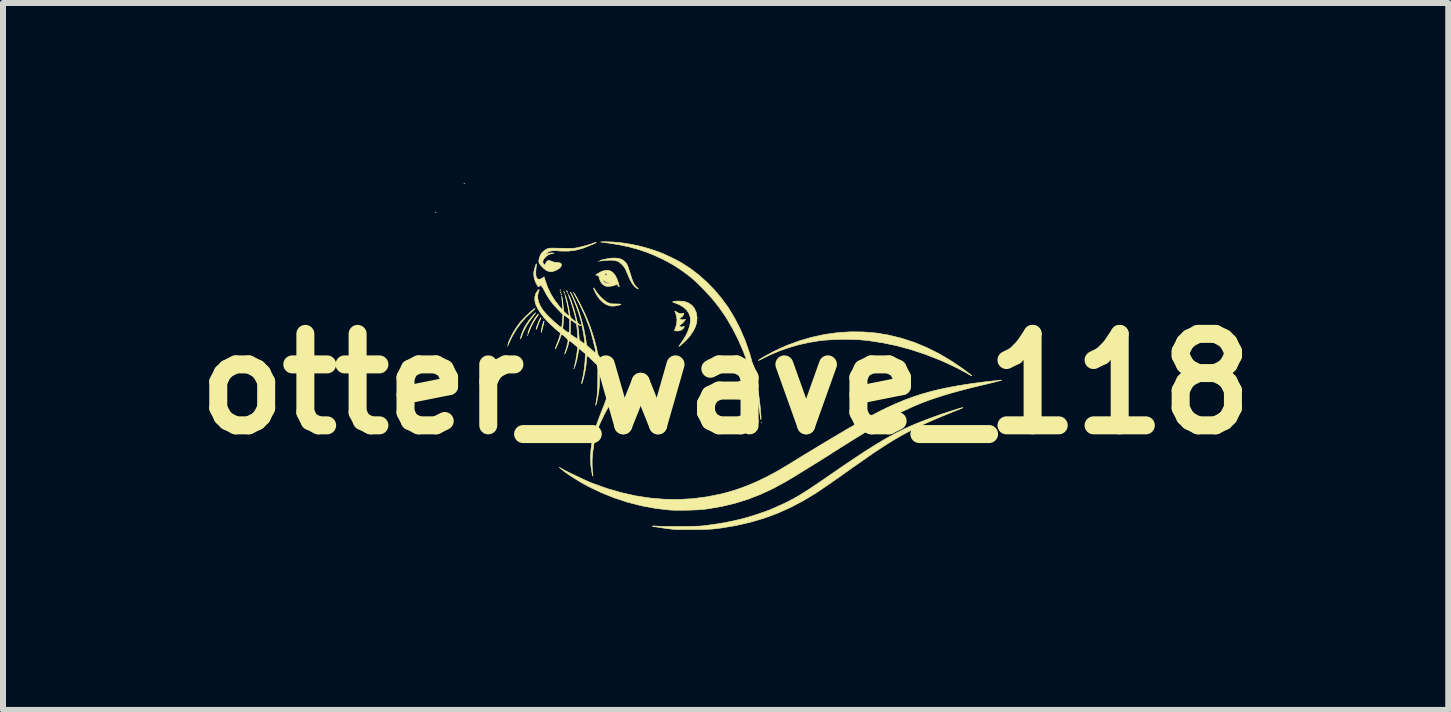
<source format=kicad_pcb>
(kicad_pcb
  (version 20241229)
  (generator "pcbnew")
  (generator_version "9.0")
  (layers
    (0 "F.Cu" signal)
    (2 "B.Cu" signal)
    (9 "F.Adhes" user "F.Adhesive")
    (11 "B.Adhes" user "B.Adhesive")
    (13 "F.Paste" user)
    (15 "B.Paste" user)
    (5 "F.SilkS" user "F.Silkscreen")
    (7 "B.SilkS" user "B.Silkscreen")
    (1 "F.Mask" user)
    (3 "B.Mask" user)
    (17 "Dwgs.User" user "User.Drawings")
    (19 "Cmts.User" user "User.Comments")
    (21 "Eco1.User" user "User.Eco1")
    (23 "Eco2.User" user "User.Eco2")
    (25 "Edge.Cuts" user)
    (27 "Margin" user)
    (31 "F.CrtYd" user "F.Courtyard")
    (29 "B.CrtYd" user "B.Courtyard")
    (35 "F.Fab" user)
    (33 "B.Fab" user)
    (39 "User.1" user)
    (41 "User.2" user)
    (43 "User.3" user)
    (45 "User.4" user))
  (footprint "otter_wave_118"
    (layer "F.Cu")
    (at 9.042 3.349)
    (property "Reference" "otter_wave_118" (at 0 0 0) (layer "F.SilkS") (effects (font (size 1.524 1.524) (thickness 0.3))))
    (attr through_hole)
    (fp_poly (pts (xy -4.826 -2.857) (xy -4.83 -2.853) (xy -4.834 -2.857) (xy -4.83 -2.862) (xy -4.826 -2.857)) (stroke (width 0.01) (type solid)) (fill yes) (layer "F.SilkS"))
    (fp_poly (pts (xy -4.352 -3.34) (xy -4.356 -3.336) (xy -4.36 -3.34) (xy -4.356 -3.344) (xy -4.352 -3.34)) (stroke (width 0.01) (type solid)) (fill yes) (layer "F.SilkS"))
    (fp_poly (pts (xy -2.692 -1.545) (xy -2.697 -1.541) (xy -2.701 -1.545) (xy -2.697 -1.549) (xy -2.692 -1.545)) (stroke (width 0.01) (type solid)) (fill yes) (layer "F.SilkS"))
    (fp_poly (pts (xy -2.625 -1.511) (xy -2.629 -1.507) (xy -2.633 -1.511) (xy -2.629 -1.516) (xy -2.625 -1.511)) (stroke (width 0.01) (type solid)) (fill yes) (layer "F.SilkS"))
    (fp_poly (pts (xy -2.532 -1.528) (xy -2.536 -1.524) (xy -2.54 -1.528) (xy -2.536 -1.532) (xy -2.532 -1.528)) (stroke (width 0.01) (type solid)) (fill yes) (layer "F.SilkS"))
    (fp_poly (pts (xy -2.523 -0.258) (xy -2.527 -0.254) (xy -2.532 -0.258) (xy -2.527 -0.262) (xy -2.523 -0.258)) (stroke (width 0.01) (type solid)) (fill yes) (layer "F.SilkS"))
    (fp_poly (pts (xy -2.108 -2.045) (xy -2.112 -2.04) (xy -2.117 -2.045) (xy -2.112 -2.049) (xy -2.108 -2.045)) (stroke (width 0.01) (type solid)) (fill yes) (layer "F.SilkS"))
    (fp_poly (pts (xy 0.601 0.639) (xy 0.597 0.643) (xy 0.593 0.639) (xy 0.597 0.635) (xy 0.601 0.639)) (stroke (width 0.01) (type solid)) (fill yes) (layer "F.SilkS"))
    (fp_poly (pts (xy -3.296 -0.818) (xy -3.295 -0.808) (xy -3.296 -0.807) (xy -3.301 -0.808) (xy -3.302 -0.813) (xy -3.299 -0.82) (xy -3.296 -0.818)) (stroke (width 0.01) (type solid)) (fill yes) (layer "F.SilkS"))
    (fp_poly (pts (xy -2.754 -1.572) (xy -2.753 -1.562) (xy -2.754 -1.561) (xy -2.76 -1.562) (xy -2.76 -1.566) (xy -2.757 -1.573) (xy -2.754 -1.572)) (stroke (width 0.01) (type solid)) (fill yes) (layer "F.SilkS"))
    (fp_poly (pts (xy -2.746 -1.534) (xy -2.745 -1.521) (xy -2.747 -1.518) (xy -2.75 -1.52) (xy -2.751 -1.529) (xy -2.749 -1.538) (xy -2.746 -1.534)) (stroke (width 0.01) (type solid)) (fill yes) (layer "F.SilkS"))
    (fp_poly (pts (xy -2.737 -1.5) (xy -2.736 -1.487) (xy -2.738 -1.484) (xy -2.742 -1.486) (xy -2.743 -1.495) (xy -2.74 -1.504) (xy -2.737 -1.5)) (stroke (width 0.01) (type solid)) (fill yes) (layer "F.SilkS"))
    (fp_poly (pts (xy -2.687 -1.53) (xy -2.686 -1.52) (xy -2.687 -1.518) (xy -2.692 -1.52) (xy -2.692 -1.524) (xy -2.689 -1.531) (xy -2.687 -1.53)) (stroke (width 0.01) (type solid)) (fill yes) (layer "F.SilkS"))
    (fp_poly (pts (xy -2.678 -1.504) (xy -2.677 -1.494) (xy -2.678 -1.493) (xy -2.683 -1.494) (xy -2.684 -1.499) (xy -2.681 -1.506) (xy -2.678 -1.504)) (stroke (width 0.01) (type solid)) (fill yes) (layer "F.SilkS"))
    (fp_poly (pts (xy -2.641 -1.547) (xy -2.635 -1.533) (xy -2.636 -1.527) (xy -2.641 -1.53) (xy -2.645 -1.537) (xy -2.65 -1.553) (xy -2.648 -1.556) (xy -2.641 -1.547)) (stroke (width 0.01) (type solid)) (fill yes) (layer "F.SilkS"))
    (fp_poly (pts (xy -3.026 -1.037) (xy -3.032 -1.01) (xy -3.042 -0.969) (xy -3.051 -0.935) (xy -3.059 -0.902) (xy -3.063 -0.885) (xy -3.069 -0.866) (xy -3.072 -0.859) (xy -3.073 -0.861) (xy -3.071 -0.878) (xy -3.067 -0.906) (xy -3.06 -0.941) (xy -3.052 -0.977) (xy -3.043 -1.008) (xy -3.036 -1.031) (xy -3.035 -1.035) (xy -3.028 -1.048) (xy -3.025 -1.049) (xy -3.026 -1.037)) (stroke (width 0.01) (type solid)) (fill yes) (layer "F.SilkS"))
    (fp_poly (pts (xy -3.123 -1.152) (xy -3.138 -1.127) (xy -3.152 -1.108) (xy -3.202 -1.03) (xy -3.241 -0.956) (xy -3.268 -0.891) (xy -3.279 -0.863) (xy -3.288 -0.842) (xy -3.293 -0.834) (xy -3.293 -0.835) (xy -3.29 -0.861) (xy -3.278 -0.897) (xy -3.26 -0.941) (xy -3.238 -0.989) (xy -3.212 -1.038) (xy -3.185 -1.084) (xy -3.162 -1.116) (xy -3.139 -1.146) (xy -3.124 -1.162) (xy -3.119 -1.163) (xy -3.123 -1.152)) (stroke (width 0.01) (type solid)) (fill yes) (layer "F.SilkS"))
    (fp_poly (pts (xy -3.077 -1.107) (xy -3.078 -1.098) (xy -3.086 -1.079) (xy -3.094 -1.062) (xy -3.107 -1.032) (xy -3.122 -0.995) (xy -3.136 -0.957) (xy -3.136 -0.957) (xy -3.146 -0.929) (xy -3.153 -0.912) (xy -3.158 -0.907) (xy -3.158 -0.908) (xy -3.155 -0.926) (xy -3.148 -0.953) (xy -3.137 -0.985) (xy -3.123 -1.019) (xy -3.11 -1.052) (xy -3.097 -1.08) (xy -3.086 -1.099) (xy -3.078 -1.107) (xy -3.077 -1.107)) (stroke (width 0.01) (type solid)) (fill yes) (layer "F.SilkS"))
    (fp_poly (pts (xy -3.169 -1.179) (xy -3.181 -1.163) (xy -3.202 -1.135) (xy -3.232 -1.094) (xy -3.245 -1.078) (xy -3.312 -0.979) (xy -3.368 -0.873) (xy -3.395 -0.806) (xy -3.406 -0.778) (xy -3.415 -0.76) (xy -3.42 -0.754) (xy -3.42 -0.755) (xy -3.417 -0.772) (xy -3.409 -0.8) (xy -3.397 -0.835) (xy -3.383 -0.872) (xy -3.368 -0.908) (xy -3.355 -0.936) (xy -3.32 -0.996) (xy -3.277 -1.06) (xy -3.23 -1.119) (xy -3.199 -1.154) (xy -3.181 -1.172) (xy -3.169 -1.183) (xy -3.165 -1.186) (xy -3.169 -1.179)) (stroke (width 0.01) (type solid)) (fill yes) (layer "F.SilkS"))
    (fp_poly (pts (xy -3.176 -1.255) (xy -3.185 -1.244) (xy -3.203 -1.227) (xy -3.229 -1.203) (xy -3.238 -1.195) (xy -3.327 -1.111) (xy -3.411 -1.015) (xy -3.487 -0.911) (xy -3.551 -0.803) (xy -3.563 -0.78) (xy -3.582 -0.741) (xy -3.599 -0.704) (xy -3.613 -0.675) (xy -3.621 -0.657) (xy -3.621 -0.656) (xy -3.631 -0.631) (xy -3.626 -0.656) (xy -3.615 -0.698) (xy -3.594 -0.749) (xy -3.566 -0.806) (xy -3.534 -0.866) (xy -3.497 -0.926) (xy -3.46 -0.981) (xy -3.435 -1.014) (xy -3.403 -1.051) (xy -3.362 -1.094) (xy -3.318 -1.139) (xy -3.273 -1.181) (xy -3.232 -1.218) (xy -3.211 -1.235) (xy -3.188 -1.252) (xy -3.177 -1.258) (xy -3.176 -1.255)) (stroke (width 0.01) (type solid)) (fill yes) (layer "F.SilkS"))
    (fp_poly (pts (xy -2.196 -1.598) (xy -2.185 -1.584) (xy -2.166 -1.555) (xy -2.165 -1.554) (xy -2.128 -1.501) (xy -2.084 -1.45) (xy -2.037 -1.406) (xy -1.99 -1.371) (xy -1.968 -1.359) (xy -1.945 -1.348) (xy -1.924 -1.34) (xy -1.902 -1.336) (xy -1.874 -1.334) (xy -1.835 -1.334) (xy -1.823 -1.333) (xy -1.78 -1.333) (xy -1.754 -1.331) (xy -1.744 -1.328) (xy -1.749 -1.323) (xy -1.771 -1.316) (xy -1.8 -1.308) (xy -1.859 -1.298) (xy -1.912 -1.299) (xy -1.935 -1.303) (xy -1.993 -1.326) (xy -2.048 -1.363) (xy -2.099 -1.414) (xy -2.145 -1.478) (xy -2.167 -1.52) (xy -2.186 -1.559) (xy -2.197 -1.585) (xy -2.2 -1.599) (xy -2.196 -1.598)) (stroke (width 0.01) (type solid)) (fill yes) (layer "F.SilkS"))
    (fp_poly (pts (xy -0.733 -1.379) (xy -0.697 -1.376) (xy -0.677 -1.372) (xy -0.613 -1.347) (xy -0.561 -1.311) (xy -0.522 -1.263) (xy -0.494 -1.203) (xy -0.487 -1.18) (xy -0.476 -1.107) (xy -0.48 -1.035) (xy -0.5 -0.961) (xy -0.536 -0.887) (xy -0.588 -0.809) (xy -0.601 -0.793) (xy -0.623 -0.768) (xy -0.648 -0.741) (xy -0.674 -0.714) (xy -0.701 -0.688) (xy -0.726 -0.665) (xy -0.748 -0.646) (xy -0.765 -0.633) (xy -0.775 -0.627) (xy -0.777 -0.63) (xy -0.769 -0.643) (xy -0.765 -0.648) (xy -0.706 -0.733) (xy -0.657 -0.816) (xy -0.621 -0.897) (xy -0.597 -0.973) (xy -0.586 -1.043) (xy -0.589 -1.106) (xy -0.592 -1.123) (xy -0.615 -1.183) (xy -0.653 -1.237) (xy -0.707 -1.284) (xy -0.774 -1.323) (xy -0.854 -1.355) (xy -0.875 -1.362) (xy -0.883 -1.367) (xy -0.877 -1.371) (xy -0.871 -1.374) (xy -0.848 -1.378) (xy -0.814 -1.381) (xy -0.774 -1.381) (xy -0.733 -1.379)) (stroke (width 0.01) (type solid)) (fill yes) (layer "F.SilkS"))
    (fp_poly (pts (xy -0.836 -1.212) (xy -0.816 -1.199) (xy -0.815 -1.198) (xy -0.777 -1.178) (xy -0.742 -1.171) (xy -0.714 -1.176) (xy -0.712 -1.176) (xy -0.698 -1.181) (xy -0.695 -1.174) (xy -0.702 -1.154) (xy -0.708 -1.142) (xy -0.725 -1.12) (xy -0.747 -1.105) (xy -0.773 -1.094) (xy -0.751 -1.08) (xy -0.725 -1.069) (xy -0.698 -1.071) (xy -0.667 -1.076) (xy -0.685 -1.051) (xy -0.704 -1.028) (xy -0.728 -1.005) (xy -0.75 -0.987) (xy -0.764 -0.98) (xy -0.77 -0.975) (xy -0.764 -0.963) (xy -0.763 -0.962) (xy -0.743 -0.95) (xy -0.716 -0.951) (xy -0.702 -0.957) (xy -0.689 -0.961) (xy -0.687 -0.954) (xy -0.697 -0.937) (xy -0.704 -0.927) (xy -0.737 -0.899) (xy -0.778 -0.884) (xy -0.827 -0.885) (xy -0.836 -0.886) (xy -0.854 -0.89) (xy -0.838 -0.927) (xy -0.816 -0.999) (xy -0.81 -1.071) (xy -0.82 -1.141) (xy -0.833 -1.179) (xy -0.843 -1.203) (xy -0.845 -1.214) (xy -0.836 -1.212)) (stroke (width 0.01) (type solid)) (fill yes) (layer "F.SilkS"))
    (fp_poly (pts (xy -1.814 -2.097) (xy -1.761 -2.087) (xy -1.717 -2.068) (xy -1.679 -2.038) (xy -1.67 -2.028) (xy -1.658 -2.015) (xy -1.649 -2.002) (xy -1.641 -1.989) (xy -1.633 -1.971) (xy -1.624 -1.947) (xy -1.613 -1.914) (xy -1.599 -1.87) (xy -1.582 -1.816) (xy -1.562 -1.755) (xy -1.544 -1.707) (xy -1.526 -1.67) (xy -1.507 -1.641) (xy -1.485 -1.617) (xy -1.477 -1.61) (xy -1.459 -1.592) (xy -1.455 -1.584) (xy -1.463 -1.587) (xy -1.485 -1.599) (xy -1.486 -1.6) (xy -1.522 -1.63) (xy -1.556 -1.674) (xy -1.59 -1.733) (xy -1.623 -1.808) (xy -1.634 -1.834) (xy -1.649 -1.87) (xy -1.665 -1.905) (xy -1.679 -1.932) (xy -1.68 -1.934) (xy -1.705 -1.969) (xy -1.738 -2.003) (xy -1.774 -2.031) (xy -1.799 -2.045) (xy -1.84 -2.057) (xy -1.893 -2.063) (xy -1.954 -2.063) (xy -2.014 -2.058) (xy -2.048 -2.054) (xy -2.076 -2.051) (xy -2.093 -2.051) (xy -2.096 -2.051) (xy -2.093 -2.056) (xy -2.075 -2.063) (xy -2.048 -2.071) (xy -2.013 -2.078) (xy -1.975 -2.086) (xy -1.936 -2.092) (xy -1.9 -2.096) (xy -1.88 -2.098) (xy -1.814 -2.097)) (stroke (width 0.01) (type solid)) (fill yes) (layer "F.SilkS"))
    (fp_poly (pts (xy 2.292 -0.867) (xy 2.504 -0.85) (xy 2.712 -0.816) (xy 2.724 -0.813) (xy 2.939 -0.76) (xy 3.152 -0.69) (xy 3.36 -0.603) (xy 3.565 -0.5) (xy 3.767 -0.38) (xy 3.966 -0.244) (xy 3.979 -0.234) (xy 4.03 -0.196) (xy 4.068 -0.167) (xy 4.092 -0.148) (xy 4.102 -0.138) (xy 4.099 -0.137) (xy 4.082 -0.145) (xy 4.052 -0.161) (xy 4.022 -0.179) (xy 3.976 -0.205) (xy 3.919 -0.235) (xy 3.853 -0.269) (xy 3.781 -0.304) (xy 3.708 -0.338) (xy 3.636 -0.371) (xy 3.57 -0.4) (xy 3.569 -0.4) (xy 3.332 -0.493) (xy 3.091 -0.573) (xy 2.85 -0.638) (xy 2.609 -0.688) (xy 2.371 -0.724) (xy 2.234 -0.737) (xy 2.167 -0.741) (xy 2.089 -0.743) (xy 2.003 -0.744) (xy 1.914 -0.743) (xy 1.824 -0.74) (xy 1.738 -0.736) (xy 1.66 -0.731) (xy 1.592 -0.725) (xy 1.558 -0.72) (xy 1.38 -0.69) (xy 1.214 -0.653) (xy 1.058 -0.608) (xy 0.907 -0.555) (xy 0.757 -0.492) (xy 0.665 -0.448) (xy 0.625 -0.428) (xy 0.59 -0.411) (xy 0.564 -0.399) (xy 0.548 -0.393) (xy 0.545 -0.392) (xy 0.55 -0.397) (xy 0.568 -0.409) (xy 0.596 -0.427) (xy 0.631 -0.447) (xy 0.672 -0.471) (xy 0.715 -0.495) (xy 0.759 -0.518) (xy 0.8 -0.54) (xy 0.82 -0.55) (xy 1.021 -0.642) (xy 1.228 -0.718) (xy 1.438 -0.779) (xy 1.65 -0.825) (xy 1.864 -0.855) (xy 2.079 -0.869) (xy 2.292 -0.867)) (stroke (width 0.01) (type solid)) (fill yes) (layer "F.SilkS"))
    (fp_poly (pts (xy -1.92 -1.884) (xy -1.878 -1.856) (xy -1.841 -1.812) (xy -1.81 -1.752) (xy -1.787 -1.684) (xy -1.779 -1.654) (xy -1.774 -1.631) (xy -1.773 -1.62) (xy -1.773 -1.619) (xy -1.779 -1.623) (xy -1.791 -1.637) (xy -1.793 -1.64) (xy -1.81 -1.663) (xy -1.843 -1.648) (xy -1.87 -1.638) (xy -1.905 -1.631) (xy -1.935 -1.628) (xy -1.968 -1.627) (xy -1.99 -1.629) (xy -2.008 -1.635) (xy -2.029 -1.647) (xy -2.059 -1.671) (xy -2.08 -1.7) (xy -2.096 -1.738) (xy -2.096 -1.739) (xy -2.048 -1.739) (xy -2.046 -1.731) (xy -2.035 -1.714) (xy -2.024 -1.703) (xy -2.008 -1.687) (xy -1.991 -1.679) (xy -1.968 -1.677) (xy -1.955 -1.677) (xy -1.909 -1.678) (xy -1.951 -1.685) (xy -1.99 -1.698) (xy -2.02 -1.72) (xy -2.039 -1.735) (xy -2.048 -1.739) (xy -2.096 -1.739) (xy -2.102 -1.761) (xy -2.057 -1.761) (xy -2.054 -1.754) (xy -2.052 -1.755) (xy -2.051 -1.765) (xy -2.052 -1.767) (xy -2.057 -1.766) (xy -2.057 -1.761) (xy -2.102 -1.761) (xy -2.103 -1.762) (xy -2.111 -1.789) (xy -2.119 -1.803) (xy -2.131 -1.81) (xy -2.139 -1.812) (xy -2.163 -1.816) (xy -2.15 -1.826) (xy -2.013 -1.826) (xy -2.011 -1.821) (xy -1.999 -1.814) (xy -1.983 -1.817) (xy -1.975 -1.827) (xy -1.978 -1.838) (xy -1.99 -1.844) (xy -2.004 -1.842) (xy -2.008 -1.839) (xy -2.013 -1.826) (xy -2.15 -1.826) (xy -2.138 -1.834) (xy -2.076 -1.871) (xy -2.019 -1.891) (xy -1.967 -1.896) (xy -1.92 -1.884)) (stroke (width 0.01) (type solid)) (fill yes) (layer "F.SilkS"))
    (fp_poly (pts (xy -1.866 -2.365) (xy -1.724 -2.351) (xy -1.577 -2.328) (xy -1.427 -2.296) (xy -1.28 -2.256) (xy -1.139 -2.209) (xy -1.058 -2.178) (xy -1.014 -2.159) (xy -0.961 -2.134) (xy -0.903 -2.107) (xy -0.845 -2.078) (xy -0.791 -2.05) (xy -0.745 -2.025) (xy -0.728 -2.015) (xy -0.586 -1.923) (xy -0.446 -1.816) (xy -0.312 -1.696) (xy -0.185 -1.566) (xy -0.068 -1.427) (xy 0.038 -1.283) (xy 0.042 -1.277) (xy 0.148 -1.102) (xy 0.244 -0.915) (xy 0.329 -0.715) (xy 0.403 -0.503) (xy 0.465 -0.28) (xy 0.516 -0.046) (xy 0.555 0.199) (xy 0.576 0.376) (xy 0.582 0.438) (xy 0.586 0.492) (xy 0.589 0.535) (xy 0.591 0.567) (xy 0.591 0.587) (xy 0.589 0.595) (xy 0.587 0.589) (xy 0.583 0.569) (xy 0.577 0.533) (xy 0.573 0.501) (xy 0.541 0.293) (xy 0.496 0.082) (xy 0.441 -0.127) (xy 0.375 -0.334) (xy 0.299 -0.535) (xy 0.215 -0.729) (xy 0.123 -0.913) (xy 0.024 -1.083) (xy -0.012 -1.139) (xy -0.116 -1.288) (xy -0.226 -1.425) (xy -0.346 -1.556) (xy -0.367 -1.578) (xy -0.418 -1.629) (xy -0.459 -1.67) (xy -0.494 -1.704) (xy -0.525 -1.732) (xy -0.555 -1.758) (xy -0.586 -1.784) (xy -0.622 -1.811) (xy -0.665 -1.844) (xy -0.673 -1.85) (xy -0.777 -1.924) (xy -0.88 -1.989) (xy -0.988 -2.049) (xy -1.063 -2.087) (xy -1.198 -2.149) (xy -1.335 -2.203) (xy -1.475 -2.249) (xy -1.622 -2.288) (xy -1.778 -2.321) (xy -1.946 -2.348) (xy -2.045 -2.361) (xy -2.068 -2.364) (xy -2.081 -2.366) (xy -2.081 -2.368) (xy -2.067 -2.369) (xy -2.039 -2.369) (xy -1.998 -2.37) (xy -1.866 -2.365)) (stroke (width 0.01) (type solid)) (fill yes) (layer "F.SilkS"))
    (fp_poly (pts (xy -2.155 -2.357) (xy -2.167 -2.35) (xy -2.186 -2.341) (xy -2.215 -2.328) (xy -2.25 -2.313) (xy -2.269 -2.305) (xy -2.387 -2.259) (xy -2.502 -2.229) (xy -2.616 -2.215) (xy -2.732 -2.215) (xy -2.767 -2.217) (xy -2.829 -2.222) (xy -2.878 -2.221) (xy -2.917 -2.215) (xy -2.949 -2.203) (xy -2.979 -2.184) (xy -2.994 -2.172) (xy -3.027 -2.143) (xy -2.985 -2.164) (xy -2.951 -2.177) (xy -2.916 -2.183) (xy -2.892 -2.183) (xy -2.87 -2.182) (xy -2.86 -2.18) (xy -2.866 -2.178) (xy -2.866 -2.178) (xy -2.918 -2.168) (xy -2.958 -2.151) (xy -2.99 -2.127) (xy -3.025 -2.09) (xy -3.043 -2.056) (xy -3.046 -2.025) (xy -3.032 -1.997) (xy -3.016 -1.978) (xy -2.998 -2.014) (xy -2.978 -2.044) (xy -2.956 -2.058) (xy -2.929 -2.057) (xy -2.899 -2.044) (xy -2.855 -2.028) (xy -2.813 -2.024) (xy -2.773 -2.021) (xy -2.748 -2.012) (xy -2.736 -1.996) (xy -2.735 -1.986) (xy -2.743 -1.958) (xy -2.767 -1.931) (xy -2.805 -1.905) (xy -2.823 -1.896) (xy -2.876 -1.876) (xy -2.923 -1.872) (xy -2.968 -1.883) (xy -2.972 -1.885) (xy -2.997 -1.899) (xy -3.026 -1.923) (xy -3.056 -1.951) (xy -3.082 -1.98) (xy -3.102 -2.007) (xy -3.112 -2.028) (xy -3.112 -2.029) (xy -3.112 -2.061) (xy -3.104 -2.101) (xy -3.088 -2.142) (xy -3.067 -2.179) (xy -3.066 -2.181) (xy -3.043 -2.205) (xy -3.014 -2.228) (xy -2.996 -2.24) (xy -2.982 -2.247) (xy -2.971 -2.253) (xy -2.958 -2.257) (xy -2.943 -2.26) (xy -2.923 -2.263) (xy -2.896 -2.264) (xy -2.861 -2.264) (xy -2.816 -2.263) (xy -2.758 -2.262) (xy -2.686 -2.261) (xy -2.654 -2.26) (xy -2.594 -2.259) (xy -2.546 -2.261) (xy -2.504 -2.265) (xy -2.464 -2.272) (xy -2.464 -2.272) (xy -2.397 -2.288) (xy -2.324 -2.307) (xy -2.254 -2.328) (xy -2.202 -2.346) (xy -2.174 -2.356) (xy -2.158 -2.359) (xy -2.155 -2.357)) (stroke (width 0.01) (type solid)) (fill yes) (layer "F.SilkS"))
    (fp_poly (pts (xy 4.6 -0.065) (xy 4.59 -0.061) (xy 4.566 -0.054) (xy 4.531 -0.044) (xy 4.484 -0.032) (xy 4.428 -0.018) (xy 4.39 -0.009) (xy 4.215 0.033) (xy 4.053 0.073) (xy 3.903 0.112) (xy 3.762 0.151) (xy 3.631 0.19) (xy 3.506 0.23) (xy 3.386 0.271) (xy 3.27 0.315) (xy 3.156 0.362) (xy 3.043 0.413) (xy 2.928 0.467) (xy 2.811 0.527) (xy 2.69 0.593) (xy 2.563 0.665) (xy 2.428 0.744) (xy 2.285 0.831) (xy 2.13 0.926) (xy 1.964 1.03) (xy 1.958 1.034) (xy 1.907 1.066) (xy 1.86 1.096) (xy 1.818 1.122) (xy 1.784 1.144) (xy 1.761 1.159) (xy 1.753 1.164) (xy 1.722 1.184) (xy 1.68 1.211) (xy 1.628 1.243) (xy 1.568 1.281) (xy 1.502 1.322) (xy 1.432 1.365) (xy 1.361 1.409) (xy 1.29 1.453) (xy 1.221 1.495) (xy 1.157 1.535) (xy 1.099 1.57) (xy 1.05 1.599) (xy 1.011 1.622) (xy 0.989 1.635) (xy 0.783 1.746) (xy 0.578 1.841) (xy 0.372 1.921) (xy 0.163 1.986) (xy -0.052 2.038) (xy -0.274 2.077) (xy -0.347 2.087) (xy -0.399 2.092) (xy -0.465 2.097) (xy -0.539 2.1) (xy -0.619 2.103) (xy -0.7 2.104) (xy -0.779 2.104) (xy -0.852 2.104) (xy -0.914 2.101) (xy -0.947 2.099) (xy -1.175 2.072) (xy -1.404 2.029) (xy -1.631 1.971) (xy -1.854 1.898) (xy -2.07 1.811) (xy -2.279 1.712) (xy -2.405 1.642) (xy -2.46 1.609) (xy -2.518 1.573) (xy -2.576 1.535) (xy -2.63 1.499) (xy -2.678 1.465) (xy -2.716 1.436) (xy -2.739 1.417) (xy -2.773 1.387) (xy -2.735 1.409) (xy -2.701 1.428) (xy -2.654 1.453) (xy -2.598 1.481) (xy -2.536 1.511) (xy -2.471 1.542) (xy -2.405 1.573) (xy -2.343 1.602) (xy -2.287 1.627) (xy -2.24 1.647) (xy -2.223 1.654) (xy -1.98 1.741) (xy -1.738 1.811) (xy -1.497 1.865) (xy -1.257 1.901) (xy -1.018 1.921) (xy -0.781 1.925) (xy -0.545 1.911) (xy -0.311 1.881) (xy -0.079 1.834) (xy 0.013 1.811) (xy 0.184 1.76) (xy 0.354 1.698) (xy 0.524 1.626) (xy 0.698 1.542) (xy 0.877 1.445) (xy 1.041 1.347) (xy 1.067 1.332) (xy 1.093 1.315) (xy 1.122 1.297) (xy 1.156 1.277) (xy 1.195 1.253) (xy 1.24 1.225) (xy 1.294 1.192) (xy 1.358 1.153) (xy 1.433 1.108) (xy 1.52 1.055) (xy 1.566 1.027) (xy 1.67 0.964) (xy 1.782 0.897) (xy 1.897 0.829) (xy 2.009 0.763) (xy 2.057 0.735) (xy 2.234 0.634) (xy 2.399 0.543) (xy 2.556 0.461) (xy 2.705 0.388) (xy 2.849 0.323) (xy 2.99 0.265) (xy 3.129 0.214) (xy 3.269 0.168) (xy 3.412 0.128) (xy 3.56 0.091) (xy 3.714 0.059) (xy 3.876 0.029) (xy 4.049 0.001) (xy 4.051 0.001) (xy 4.119 -0.009) (xy 4.195 -0.019) (xy 4.273 -0.029) (xy 4.346 -0.038) (xy 4.386 -0.042) (xy 4.439 -0.048) (xy 4.487 -0.053) (xy 4.528 -0.058) (xy 4.559 -0.061) (xy 4.576 -0.063) (xy 4.576 -0.063) (xy 4.596 -0.066) (xy 4.6 -0.065)) (stroke (width 0.01) (type solid)) (fill yes) (layer "F.SilkS"))
    (fp_poly (pts (xy 3.952 0.393) (xy 3.949 0.399) (xy 3.94 0.403) (xy 3.927 0.409) (xy 3.901 0.419) (xy 3.866 0.433) (xy 3.826 0.449) (xy 3.814 0.453) (xy 3.656 0.518) (xy 3.511 0.578) (xy 3.379 0.636) (xy 3.256 0.692) (xy 3.14 0.748) (xy 3.03 0.804) (xy 2.923 0.863) (xy 2.817 0.924) (xy 2.709 0.99) (xy 2.599 1.061) (xy 2.482 1.138) (xy 2.358 1.224) (xy 2.286 1.274) (xy 2.247 1.302) (xy 2.208 1.329) (xy 2.174 1.353) (xy 2.151 1.369) (xy 2.126 1.386) (xy 2.092 1.41) (xy 2.053 1.438) (xy 2.012 1.467) (xy 2.002 1.474) (xy 1.958 1.505) (xy 1.912 1.538) (xy 1.868 1.569) (xy 1.832 1.594) (xy 1.829 1.596) (xy 1.793 1.621) (xy 1.759 1.645) (xy 1.729 1.666) (xy 1.719 1.673) (xy 1.506 1.818) (xy 1.293 1.946) (xy 1.078 2.059) (xy 0.86 2.156) (xy 0.637 2.238) (xy 0.408 2.305) (xy 0.172 2.359) (xy -0.072 2.4) (xy -0.08 2.401) (xy -0.131 2.407) (xy -0.177 2.413) (xy -0.22 2.417) (xy -0.265 2.42) (xy -0.313 2.422) (xy -0.368 2.424) (xy -0.433 2.425) (xy -0.512 2.426) (xy -0.525 2.426) (xy -0.596 2.426) (xy -0.665 2.426) (xy -0.729 2.426) (xy -0.786 2.425) (xy -0.833 2.423) (xy -0.867 2.422) (xy -0.876 2.421) (xy -0.921 2.416) (xy -0.972 2.41) (xy -1.025 2.403) (xy -1.078 2.395) (xy -1.127 2.387) (xy -1.169 2.38) (xy -1.2 2.375) (xy -1.215 2.371) (xy -1.221 2.368) (xy -1.21 2.366) (xy -1.182 2.367) (xy -1.156 2.369) (xy -1.127 2.37) (xy -1.084 2.372) (xy -1.03 2.373) (xy -0.966 2.374) (xy -0.896 2.374) (xy -0.822 2.374) (xy -0.762 2.374) (xy -0.67 2.374) (xy -0.593 2.373) (xy -0.528 2.372) (xy -0.473 2.37) (xy -0.426 2.368) (xy -0.383 2.365) (xy -0.344 2.36) (xy -0.334 2.359) (xy -0.172 2.337) (xy -0.023 2.313) (xy 0.116 2.285) (xy 0.249 2.254) (xy 0.379 2.219) (xy 0.509 2.178) (xy 0.516 2.176) (xy 0.589 2.151) (xy 0.654 2.129) (xy 0.709 2.108) (xy 0.753 2.092) (xy 0.779 2.08) (xy 0.799 2.071) (xy 0.83 2.058) (xy 0.867 2.041) (xy 0.897 2.027) (xy 0.956 2.001) (xy 1.011 1.975) (xy 1.066 1.948) (xy 1.12 1.918) (xy 1.177 1.887) (xy 1.236 1.852) (xy 1.3 1.812) (xy 1.371 1.767) (xy 1.449 1.716) (xy 1.536 1.657) (xy 1.633 1.591) (xy 1.743 1.515) (xy 1.761 1.503) (xy 1.914 1.397) (xy 2.056 1.301) (xy 2.186 1.214) (xy 2.306 1.135) (xy 2.419 1.063) (xy 2.524 0.997) (xy 2.623 0.938) (xy 2.718 0.884) (xy 2.809 0.834) (xy 2.899 0.787) (xy 2.988 0.744) (xy 3.078 0.703) (xy 3.17 0.664) (xy 3.265 0.626) (xy 3.364 0.588) (xy 3.47 0.549) (xy 3.509 0.535) (xy 3.558 0.518) (xy 3.611 0.499) (xy 3.667 0.481) (xy 3.724 0.462) (xy 3.78 0.444) (xy 3.831 0.428) (xy 3.876 0.414) (xy 3.913 0.403) (xy 3.939 0.396) (xy 3.951 0.393) (xy 3.952 0.393)) (stroke (width 0.01) (type solid)) (fill yes) (layer "F.SilkS"))
    (fp_poly (pts (xy -3.153 -2.004) (xy -3.152 -1.994) (xy -3.153 -1.972) (xy -3.157 -1.941) (xy -3.159 -1.926) (xy -3.164 -1.862) (xy -3.162 -1.811) (xy -3.152 -1.774) (xy -3.135 -1.751) (xy -3.111 -1.743) (xy -3.081 -1.75) (xy -3.054 -1.765) (xy -3.024 -1.785) (xy -3.006 -1.724) (xy -2.966 -1.611) (xy -2.913 -1.5) (xy -2.85 -1.398) (xy -2.846 -1.393) (xy -2.825 -1.365) (xy -2.801 -1.333) (xy -2.777 -1.302) (xy -2.754 -1.274) (xy -2.735 -1.252) (xy -2.722 -1.239) (xy -2.718 -1.236) (xy -2.717 -1.244) (xy -2.717 -1.265) (xy -2.718 -1.297) (xy -2.72 -1.335) (xy -2.724 -1.377) (xy -2.728 -1.419) (xy -2.729 -1.435) (xy -2.732 -1.458) (xy -2.732 -1.465) (xy -2.729 -1.457) (xy -2.726 -1.448) (xy -2.722 -1.428) (xy -2.718 -1.395) (xy -2.713 -1.355) (xy -2.708 -1.315) (xy -2.698 -1.211) (xy -2.653 -1.167) (xy -2.629 -1.145) (xy -2.615 -1.134) (xy -2.609 -1.134) (xy -2.608 -1.139) (xy -2.609 -1.16) (xy -2.614 -1.194) (xy -2.621 -1.236) (xy -2.629 -1.282) (xy -2.638 -1.327) (xy -2.647 -1.367) (xy -2.651 -1.384) (xy -2.659 -1.418) (xy -2.667 -1.447) (xy -2.671 -1.466) (xy -2.672 -1.469) (xy -2.674 -1.48) (xy -2.669 -1.475) (xy -2.668 -1.473) (xy -2.663 -1.458) (xy -2.654 -1.43) (xy -2.644 -1.392) (xy -2.633 -1.348) (xy -2.623 -1.301) (xy -2.613 -1.255) (xy -2.605 -1.213) (xy -2.599 -1.179) (xy -2.595 -1.15) (xy -2.59 -1.128) (xy -2.582 -1.111) (xy -2.569 -1.095) (xy -2.548 -1.076) (xy -2.518 -1.053) (xy -2.499 -1.038) (xy -2.492 -1.035) (xy -2.49 -1.043) (xy -2.493 -1.064) (xy -2.493 -1.067) (xy -2.5 -1.101) (xy -2.512 -1.147) (xy -2.526 -1.201) (xy -2.542 -1.257) (xy -2.559 -1.313) (xy -2.575 -1.362) (xy -2.586 -1.393) (xy -2.602 -1.437) (xy -2.613 -1.467) (xy -2.619 -1.485) (xy -2.62 -1.491) (xy -2.618 -1.489) (xy -2.613 -1.479) (xy -2.609 -1.473) (xy -2.596 -1.445) (xy -2.58 -1.404) (xy -2.562 -1.354) (xy -2.543 -1.298) (xy -2.525 -1.24) (xy -2.509 -1.183) (xy -2.496 -1.131) (xy -2.493 -1.119) (xy -2.483 -1.075) (xy -2.475 -1.045) (xy -2.468 -1.025) (xy -2.46 -1.012) (xy -2.45 -1.003) (xy -2.437 -0.994) (xy -2.437 -0.994) (xy -2.415 -0.979) (xy -2.406 -0.97) (xy -2.409 -0.969) (xy -2.426 -0.976) (xy -2.431 -0.978) (xy -2.449 -0.986) (xy -2.46 -0.988) (xy -2.461 -0.988) (xy -2.462 -0.978) (xy -2.461 -0.956) (xy -2.457 -0.926) (xy -2.456 -0.921) (xy -2.451 -0.879) (xy -2.446 -0.831) (xy -2.443 -0.795) (xy -2.437 -0.731) (xy -2.396 -0.7) (xy -2.373 -0.684) (xy -2.356 -0.672) (xy -2.349 -0.669) (xy -2.347 -0.677) (xy -2.348 -0.699) (xy -2.351 -0.732) (xy -2.357 -0.774) (xy -2.365 -0.823) (xy -2.374 -0.875) (xy -2.384 -0.929) (xy -2.395 -0.982) (xy -2.405 -1.031) (xy -2.413 -1.061) (xy -2.433 -1.133) (xy -2.459 -1.212) (xy -2.487 -1.292) (xy -2.516 -1.369) (xy -2.546 -1.439) (xy -2.571 -1.492) (xy -2.581 -1.514) (xy -2.586 -1.529) (xy -2.586 -1.532) (xy -2.58 -1.525) (xy -2.569 -1.505) (xy -2.554 -1.474) (xy -2.537 -1.437) (xy -2.518 -1.394) (xy -2.498 -1.35) (xy -2.48 -1.306) (xy -2.471 -1.283) (xy -2.442 -1.203) (xy -2.414 -1.112) (xy -2.387 -1.016) (xy -2.363 -0.919) (xy -2.344 -0.825) (xy -2.329 -0.739) (xy -2.324 -0.696) (xy -2.32 -0.667) (xy -2.314 -0.648) (xy -2.302 -0.632) (xy -2.281 -0.614) (xy -2.275 -0.608) (xy -2.246 -0.584) (xy -2.216 -0.558) (xy -2.199 -0.543) (xy -2.181 -0.527) (xy -2.167 -0.518) (xy -2.164 -0.518) (xy -2.163 -0.528) (xy -2.167 -0.551) (xy -2.174 -0.586) (xy -2.183 -0.628) (xy -2.195 -0.676) (xy -2.207 -0.727) (xy -2.221 -0.778) (xy -2.234 -0.826) (xy -2.246 -0.868) (xy -2.251 -0.885) (xy -2.285 -0.982) (xy -2.325 -1.086) (xy -2.369 -1.19) (xy -2.415 -1.291) (xy -2.461 -1.385) (xy -2.505 -1.467) (xy -2.512 -1.48) (xy -2.523 -1.5) (xy -2.529 -1.513) (xy -2.529 -1.516) (xy -2.521 -1.508) (xy -2.508 -1.488) (xy -2.49 -1.456) (xy -2.468 -1.416) (xy -2.443 -1.369) (xy -2.417 -1.318) (xy -2.39 -1.265) (xy -2.364 -1.211) (xy -2.34 -1.16) (xy -2.319 -1.112) (xy -2.315 -1.104) (xy -2.288 -1.037) (xy -2.26 -0.962) (xy -2.232 -0.883) (xy -2.206 -0.802) (xy -2.183 -0.723) (xy -2.163 -0.649) (xy -2.147 -0.585) (xy -2.138 -0.533) (xy -2.133 -0.511) (xy -2.127 -0.492) (xy -2.116 -0.472) (xy -2.099 -0.449) (xy -2.074 -0.419) (xy -2.057 -0.401) (xy -1.983 -0.308) (xy -1.925 -0.215) (xy -1.883 -0.121) (xy -1.857 -0.027) (xy -1.847 0.066) (xy -1.854 0.158) (xy -1.855 0.166) (xy -1.869 0.218) (xy -1.894 0.278) (xy -1.926 0.341) (xy -1.955 0.389) (xy -1.978 0.427) (xy -2.005 0.476) (xy -2.033 0.532) (xy -2.062 0.591) (xy -2.089 0.648) (xy -2.111 0.7) (xy -2.127 0.742) (xy -2.128 0.745) (xy -2.165 0.87) (xy -2.194 0.999) (xy -2.213 1.128) (xy -2.224 1.254) (xy -2.224 1.372) (xy -2.219 1.442) (xy -2.215 1.48) (xy -2.213 1.511) (xy -2.211 1.531) (xy -2.212 1.537) (xy -2.215 1.532) (xy -2.22 1.513) (xy -2.225 1.492) (xy -2.245 1.36) (xy -2.251 1.225) (xy -2.243 1.088) (xy -2.222 0.945) (xy -2.186 0.796) (xy -2.148 0.673) (xy -2.135 0.638) (xy -2.118 0.591) (xy -2.098 0.537) (xy -2.076 0.48) (xy -2.055 0.428) (xy -2.022 0.344) (xy -1.996 0.273) (xy -1.976 0.214) (xy -1.961 0.164) (xy -1.952 0.121) (xy -1.948 0.083) (xy -1.948 0.047) (xy -1.952 0.012) (xy -1.96 -0.025) (xy -1.965 -0.043) (xy -1.983 -0.094) (xy -2.011 -0.15) (xy -2.046 -0.206) (xy -2.079 -0.25) (xy -2.1 -0.275) (xy -2.1 -0.123) (xy -2.101 -0.06) (xy -2.103 0.002) (xy -2.107 0.059) (xy -2.111 0.105) (xy -2.112 0.117) (xy -2.119 0.159) (xy -2.127 0.203) (xy -2.136 0.247) (xy -2.144 0.287) (xy -2.153 0.321) (xy -2.159 0.344) (xy -2.164 0.355) (xy -2.165 0.356) (xy -2.166 0.349) (xy -2.164 0.337) (xy -2.152 0.278) (xy -2.142 0.205) (xy -2.135 0.117) (xy -2.131 0.013) (xy -2.13 -0.087) (xy -2.129 -0.306) (xy -2.217 -0.391) (xy -2.248 -0.421) (xy -2.275 -0.446) (xy -2.295 -0.463) (xy -2.306 -0.472) (xy -2.308 -0.472) (xy -2.31 -0.462) (xy -2.313 -0.439) (xy -2.317 -0.407) (xy -2.32 -0.376) (xy -2.325 -0.326) (xy -2.332 -0.27) (xy -2.341 -0.219) (xy -2.345 -0.2) (xy -2.354 -0.159) (xy -2.364 -0.116) (xy -2.374 -0.077) (xy -2.384 -0.042) (xy -2.392 -0.017) (xy -2.398 -0.003) (xy -2.4 -0.001) (xy -2.4 -0.01) (xy -2.396 -0.032) (xy -2.39 -0.061) (xy -2.387 -0.071) (xy -2.369 -0.159) (xy -2.355 -0.258) (xy -2.344 -0.359) (xy -2.341 -0.406) (xy -2.336 -0.504) (xy -2.389 -0.548) (xy -2.443 -0.592) (xy -2.449 -0.556) (xy -2.461 -0.495) (xy -2.47 -0.447) (xy -2.478 -0.41) (xy -2.485 -0.38) (xy -2.492 -0.354) (xy -2.499 -0.33) (xy -2.5 -0.328) (xy -2.509 -0.301) (xy -2.516 -0.281) (xy -2.521 -0.274) (xy -2.521 -0.274) (xy -2.52 -0.283) (xy -2.516 -0.305) (xy -2.509 -0.334) (xy -2.507 -0.344) (xy -2.498 -0.381) (xy -2.49 -0.428) (xy -2.482 -0.478) (xy -2.477 -0.512) (xy -2.465 -0.614) (xy -2.488 -0.632) (xy -2.507 -0.647) (xy -2.532 -0.668) (xy -2.557 -0.689) (xy -2.603 -0.727) (xy -2.617 -0.674) (xy -2.626 -0.643) (xy -2.637 -0.608) (xy -2.649 -0.573) (xy -2.661 -0.542) (xy -2.671 -0.518) (xy -2.679 -0.504) (xy -2.681 -0.503) (xy -2.681 -0.512) (xy -2.676 -0.523) (xy -2.67 -0.54) (xy -2.661 -0.569) (xy -2.651 -0.605) (xy -2.641 -0.643) (xy -2.632 -0.679) (xy -2.627 -0.708) (xy -2.625 -0.724) (xy -2.631 -0.741) (xy -2.65 -0.763) (xy -2.676 -0.787) (xy -2.701 -0.807) (xy -2.721 -0.822) (xy -2.732 -0.829) (xy -2.733 -0.83) (xy -2.738 -0.822) (xy -2.746 -0.803) (xy -2.754 -0.777) (xy -2.763 -0.751) (xy -2.775 -0.719) (xy -2.79 -0.683) (xy -2.805 -0.649) (xy -2.819 -0.619) (xy -2.831 -0.596) (xy -2.838 -0.585) (xy -2.839 -0.584) (xy -2.838 -0.591) (xy -2.831 -0.611) (xy -2.82 -0.64) (xy -2.81 -0.665) (xy -2.794 -0.706) (xy -2.779 -0.748) (xy -2.768 -0.784) (xy -2.764 -0.797) (xy -2.751 -0.848) (xy -2.773 -0.865) (xy -2.815 -0.9) (xy -2.85 -0.931) (xy -2.715 -0.931) (xy -2.708 -0.919) (xy -2.691 -0.904) (xy -2.666 -0.885) (xy -2.642 -0.868) (xy -2.625 -0.858) (xy -2.613 -0.856) (xy -2.606 -0.866) (xy -2.602 -0.887) (xy -2.6 -0.922) (xy -2.6 -0.947) (xy -2.586 -0.947) (xy -2.586 -0.827) (xy -2.527 -0.788) (xy -2.468 -0.749) (xy -2.465 -0.774) (xy -2.465 -0.793) (xy -2.466 -0.824) (xy -2.469 -0.862) (xy -2.472 -0.895) (xy -2.476 -0.934) (xy -2.48 -0.967) (xy -2.483 -0.991) (xy -2.485 -1.001) (xy -2.494 -1.01) (xy -2.512 -1.023) (xy -2.535 -1.039) (xy -2.558 -1.054) (xy -2.576 -1.064) (xy -2.584 -1.067) (xy -2.585 -1.059) (xy -2.586 -1.037) (xy -2.586 -1.004) (xy -2.586 -0.963) (xy -2.586 -0.947) (xy -2.6 -0.947) (xy -2.6 -0.972) (xy -2.6 -0.979) (xy -2.599 -1.081) (xy -2.646 -1.116) (xy -2.67 -1.134) (xy -2.688 -1.146) (xy -2.696 -1.151) (xy -2.696 -1.151) (xy -2.697 -1.144) (xy -2.699 -1.122) (xy -2.702 -1.091) (xy -2.704 -1.056) (xy -2.706 -1.016) (xy -2.709 -0.981) (xy -2.712 -0.954) (xy -2.714 -0.943) (xy -2.715 -0.931) (xy -2.85 -0.931) (xy -2.863 -0.944) (xy -2.914 -0.991) (xy -2.963 -1.039) (xy -3.005 -1.083) (xy -3.024 -1.105) (xy -3.085 -1.183) (xy -3.131 -1.257) (xy -3.163 -1.326) (xy -3.179 -1.39) (xy -3.179 -1.45) (xy -3.165 -1.503) (xy -3.135 -1.55) (xy -3.13 -1.556) (xy -3.114 -1.571) (xy -3.106 -1.573) (xy -3.108 -1.56) (xy -3.117 -1.536) (xy -3.131 -1.484) (xy -3.13 -1.427) (xy -3.116 -1.365) (xy -3.088 -1.3) (xy -3.047 -1.236) (xy -3.036 -1.221) (xy -3.012 -1.192) (xy -2.98 -1.157) (xy -2.945 -1.121) (xy -2.906 -1.083) (xy -2.867 -1.046) (xy -2.83 -1.013) (xy -2.796 -0.984) (xy -2.768 -0.961) (xy -2.747 -0.947) (xy -2.736 -0.943) (xy -2.736 -0.944) (xy -2.731 -0.954) (xy -2.727 -0.976) (xy -2.723 -1.007) (xy -2.723 -1.014) (xy -2.719 -1.052) (xy -2.716 -1.09) (xy -2.714 -1.119) (xy -2.714 -1.119) (xy -2.711 -1.159) (xy -2.797 -1.246) (xy -2.87 -1.325) (xy -2.931 -1.404) (xy -2.985 -1.49) (xy -3.019 -1.554) (xy -3.042 -1.597) (xy -3.061 -1.625) (xy -3.077 -1.64) (xy -3.09 -1.642) (xy -3.103 -1.631) (xy -3.105 -1.629) (xy -3.114 -1.619) (xy -3.121 -1.622) (xy -3.129 -1.63) (xy -3.158 -1.677) (xy -3.18 -1.733) (xy -3.194 -1.791) (xy -3.197 -1.845) (xy -3.196 -1.864) (xy -3.191 -1.889) (xy -3.184 -1.918) (xy -3.175 -1.948) (xy -3.166 -1.976) (xy -3.159 -1.995) (xy -3.153 -2.004) (xy -3.153 -2.004)) (stroke (width 0.01) (type solid)) (fill yes) (layer "F.SilkS")))
  (gr_rect
    (start -3 -3)
    (end 21.085 8.781)
    (stroke (width 0.1) (type default))
    (fill no)
    (layer "Edge.Cuts")))
</source>
